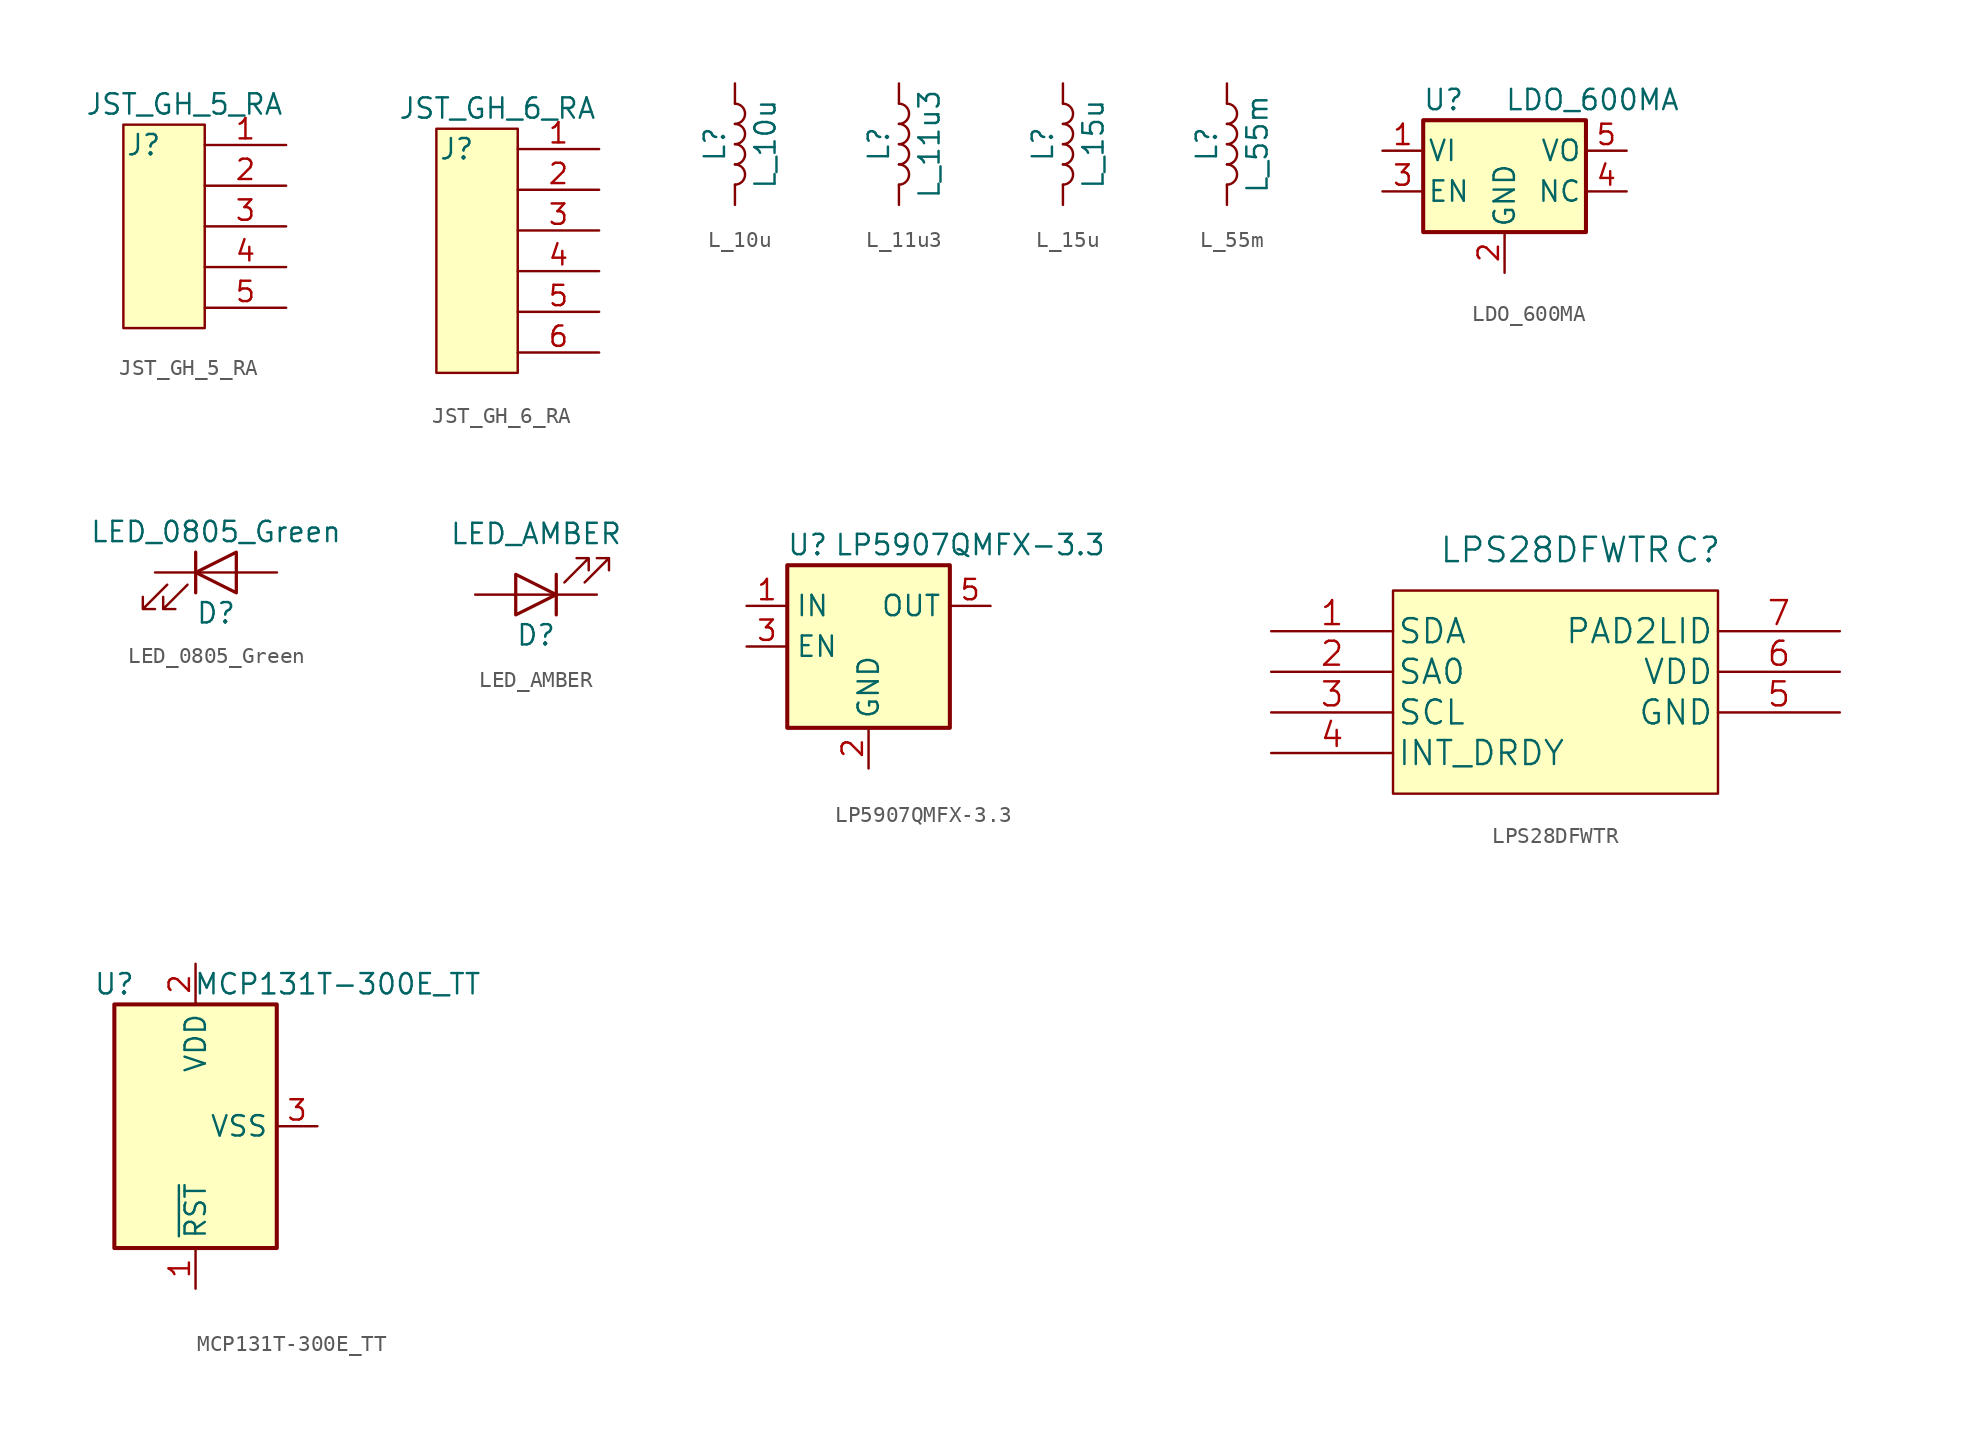
<source format=kicad_sym>
(kicad_symbol_lib
  (version 20211014)
  (generator kicad_symbol_editor)
  (symbol "JST_GH_5_RA"
    (pin_names
      (offset 1.016))
    (property "Reference" "J"
      (at -3.81 0 0)
      (effects (font (size 1.27 1.27))))
    (property "Value" "JST_GH_5_RA"
      (at -1.27 2.54 0)
      (effects (font (size 1.27 1.27))))
    (symbol "JST_GH_5_RA_0_1"
      (rectangle (start 0 1.27) (end -5.08 -11.43) (stroke (width 0) (type default) (color 0 0 0 0)) (fill (type background))))
    (symbol "JST_GH_5_RA_1_1"
      (pin input line (at 5.08 0 180) (length 5.08) (name "~" (effects (font (size 1.27 1.27)))) (number "1" (effects (font (size 1.27 1.27)))))
      (pin input line (at 5.08 -2.54 180) (length 5.08) (name "~" (effects (font (size 1.27 1.27)))) (number "2" (effects (font (size 1.27 1.27)))))
      (pin input line (at 5.08 -5.08 180) (length 5.08) (name "~" (effects (font (size 1.27 1.27)))) (number "3" (effects (font (size 1.27 1.27)))))
      (pin input line (at 5.08 -7.62 180) (length 5.08) (name "~" (effects (font (size 1.27 1.27)))) (number "4" (effects (font (size 1.27 1.27)))))
      (pin input line (at 5.08 -10.16 180) (length 5.08) (name "~" (effects (font (size 1.27 1.27)))) (number "5" (effects (font (size 1.27 1.27)))))))
  (symbol "JST_GH_6_RA"
    (pin_names
      (offset 1.016))
    (property "Reference" "J"
      (at -3.81 0 0)
      (effects (font (size 1.27 1.27))))
    (property "Value" "JST_GH_6_RA"
      (at -1.27 2.54 0)
      (effects (font (size 1.27 1.27))))
    (symbol "JST_GH_6_RA_0_1"
      (rectangle (start 0 1.27) (end -5.08 -13.97) (stroke (width 0) (type default) (color 0 0 0 0)) (fill (type background))))
    (symbol "JST_GH_6_RA_1_1"
      (pin input line (at 5.08 0 180) (length 5.08) (name "~" (effects (font (size 1.27 1.27)))) (number "1" (effects (font (size 1.27 1.27)))))
      (pin input line (at 5.08 -2.54 180) (length 5.08) (name "~" (effects (font (size 1.27 1.27)))) (number "2" (effects (font (size 1.27 1.27)))))
      (pin input line (at 5.08 -5.08 180) (length 5.08) (name "~" (effects (font (size 1.27 1.27)))) (number "3" (effects (font (size 1.27 1.27)))))
      (pin input line (at 5.08 -7.62 180) (length 5.08) (name "~" (effects (font (size 1.27 1.27)))) (number "4" (effects (font (size 1.27 1.27)))))
      (pin input line (at 5.08 -10.16 180) (length 5.08) (name "~" (effects (font (size 1.27 1.27)))) (number "5" (effects (font (size 1.27 1.27)))))
      (pin input line (at 5.08 -12.7 180) (length 5.08) (name "~" (effects (font (size 1.27 1.27)))) (number "6" (effects (font (size 1.27 1.27)))))))
  (symbol "L_10u"
    (pin_numbers hide)
    (pin_names
      (offset 1.016) hide)
    (property "Reference" "L"
      (at -1.27 0 90)
      (effects (font (size 1.27 1.27))))
    (property "Value" "L_10u"
      (at 1.905 0 90)
      (effects (font (size 1.27 1.27))))
    (symbol "L_10u_0_1"
      (arc (start 0 -2.54) (mid 0.635 -1.905) (end 0 -1.27) (stroke (width 0) (type default) (color 0 0 0 0)) (fill (type none)))
      (arc (start 0 -1.27) (mid 0.635 -0.635) (end 0 0) (stroke (width 0) (type default) (color 0 0 0 0)) (fill (type none)))
      (arc (start 0 0) (mid 0.635 0.635) (end 0 1.27) (stroke (width 0) (type default) (color 0 0 0 0)) (fill (type none)))
      (arc (start 0 1.27) (mid 0.635 1.905) (end 0 2.54) (stroke (width 0) (type default) (color 0 0 0 0)) (fill (type none))))
    (symbol "L_10u_1_1"
      (pin passive line (at 0 3.81 270) (length 1.27) (name "1" (effects (font (size 1.27 1.27)))) (number "1" (effects (font (size 1.27 1.27)))))
      (pin passive line (at 0 -3.81 90) (length 1.27) (name "2" (effects (font (size 1.27 1.27)))) (number "2" (effects (font (size 1.27 1.27)))))))
  (symbol "L_11u3"
    (pin_numbers hide)
    (pin_names
      (offset 1.016) hide)
    (property "Reference" "L"
      (at -1.27 0 90)
      (effects (font (size 1.27 1.27))))
    (property "Value" "L_11u3"
      (at 1.905 0 90)
      (effects (font (size 1.27 1.27))))
    (symbol "L_11u3_0_1"
      (arc (start 0 -2.54) (mid 0.635 -1.905) (end 0 -1.27) (stroke (width 0) (type default) (color 0 0 0 0)) (fill (type none)))
      (arc (start 0 -1.27) (mid 0.635 -0.635) (end 0 0) (stroke (width 0) (type default) (color 0 0 0 0)) (fill (type none)))
      (arc (start 0 0) (mid 0.635 0.635) (end 0 1.27) (stroke (width 0) (type default) (color 0 0 0 0)) (fill (type none)))
      (arc (start 0 1.27) (mid 0.635 1.905) (end 0 2.54) (stroke (width 0) (type default) (color 0 0 0 0)) (fill (type none))))
    (symbol "L_11u3_1_1"
      (pin passive line (at 0 3.81 270) (length 1.27) (name "1" (effects (font (size 1.27 1.27)))) (number "1" (effects (font (size 1.27 1.27)))))
      (pin passive line (at 0 -3.81 90) (length 1.27) (name "2" (effects (font (size 1.27 1.27)))) (number "2" (effects (font (size 1.27 1.27)))))))
  (symbol "L_15u"
    (pin_numbers hide)
    (pin_names
      (offset 1.016) hide)
    (property "Reference" "L"
      (at -1.27 0 90)
      (effects (font (size 1.27 1.27))))
    (property "Value" "L_15u"
      (at 1.905 0 90)
      (effects (font (size 1.27 1.27))))
    (symbol "L_15u_0_1"
      (arc (start 0 -2.54) (mid 0.635 -1.905) (end 0 -1.27) (stroke (width 0) (type default) (color 0 0 0 0)) (fill (type none)))
      (arc (start 0 -1.27) (mid 0.635 -0.635) (end 0 0) (stroke (width 0) (type default) (color 0 0 0 0)) (fill (type none)))
      (arc (start 0 0) (mid 0.635 0.635) (end 0 1.27) (stroke (width 0) (type default) (color 0 0 0 0)) (fill (type none)))
      (arc (start 0 1.27) (mid 0.635 1.905) (end 0 2.54) (stroke (width 0) (type default) (color 0 0 0 0)) (fill (type none))))
    (symbol "L_15u_1_1"
      (pin passive line (at 0 3.81 270) (length 1.27) (name "1" (effects (font (size 1.27 1.27)))) (number "1" (effects (font (size 1.27 1.27)))))
      (pin passive line (at 0 -3.81 90) (length 1.27) (name "2" (effects (font (size 1.27 1.27)))) (number "2" (effects (font (size 1.27 1.27)))))))
  (symbol "L_55m"
    (pin_numbers hide)
    (pin_names
      (offset 1.016) hide)
    (property "Reference" "L"
      (at -1.27 0 90)
      (effects (font (size 1.27 1.27))))
    (property "Value" "L_55m"
      (at 1.905 0 90)
      (effects (font (size 1.27 1.27))))
    (symbol "L_55m_0_1"
      (arc (start 0 -2.54) (mid 0.635 -1.905) (end 0 -1.27) (stroke (width 0) (type default) (color 0 0 0 0)) (fill (type none)))
      (arc (start 0 -1.27) (mid 0.635 -0.635) (end 0 0) (stroke (width 0) (type default) (color 0 0 0 0)) (fill (type none)))
      (arc (start 0 0) (mid 0.635 0.635) (end 0 1.27) (stroke (width 0) (type default) (color 0 0 0 0)) (fill (type none)))
      (arc (start 0 1.27) (mid 0.635 1.905) (end 0 2.54) (stroke (width 0) (type default) (color 0 0 0 0)) (fill (type none))))
    (symbol "L_55m_1_1"
      (pin passive line (at 0 3.81 270) (length 1.27) (name "1" (effects (font (size 1.27 1.27)))) (number "1" (effects (font (size 1.27 1.27)))))
      (pin passive line (at 0 -3.81 90) (length 1.27) (name "2" (effects (font (size 1.27 1.27)))) (number "2" (effects (font (size 1.27 1.27)))))))
  (symbol "LDO_600MA"
    (pin_names
      (offset 0.254))
    (property "Reference" "U"
      (at -3.81 3.175 0)
      (effects (font (size 1.27 1.27))))
    (property "Value" "LDO_600MA"
      (at 0 3.175 0)
      (effects (font (size 1.27 1.27)) (justify left)))
    (symbol "LDO_600MA_0_1"
      (rectangle (start -5.08 -5.08) (end 5.08 1.905) (stroke (width 0.254) (type default) (color 0 0 0 0)) (fill (type background))))
    (symbol "LDO_600MA_1_1"
      (pin power_in line (at -7.62 0 0) (length 2.54) (name "VI" (effects (font (size 1.27 1.27)))) (number "1" (effects (font (size 1.27 1.27)))))
      (pin power_in line (at 0 -7.62 90) (length 2.54) (name "GND" (effects (font (size 1.27 1.27)))) (number "2" (effects (font (size 1.27 1.27)))))
      (pin input line (at -7.62 -2.54 0) (length 2.54) (name "EN" (effects (font (size 1.27 1.27)))) (number "3" (effects (font (size 1.27 1.27)))))
      (pin passive line (at 7.62 -2.54 180) (length 2.54) (name "NC" (effects (font (size 1.27 1.27)))) (number "4" (effects (font (size 1.27 1.27)))))
      (pin power_out line (at 7.62 0 180) (length 2.54) (name "VO" (effects (font (size 1.27 1.27)))) (number "5" (effects (font (size 1.27 1.27)))))))
  (symbol "LED_0805_Green"
    (pin_numbers hide)
    (pin_names
      (offset 1.016) hide)
    (property "Reference" "D"
      (at 0 -2.54 0)
      (effects (font (size 1.27 1.27))))
    (property "Value" "LED_0805_Green"
      (at 0 2.54 0)
      (effects (font (size 1.27 1.27))))
    (symbol "LED_0805_Green_0_1"
      (polyline (pts (xy -1.27 -1.27) (xy -1.27 1.27)) (stroke (width 0.203) (type default) (color 0 0 0 0)) (fill (type none)))
      (polyline (pts (xy -1.27 0) (xy 1.27 0)) (stroke (width 0) (type default) (color 0 0 0 0)) (fill (type none)))
      (polyline (pts (xy 1.27 -1.27) (xy 1.27 1.27) (xy -1.27 0) (xy 1.27 -1.27)) (stroke (width 0.203) (type default) (color 0 0 0 0)) (fill (type none)))
      (polyline (pts (xy -3.048 -0.762) (xy -4.572 -2.286) (xy -3.81 -2.286) (xy -4.572 -2.286) (xy -4.572 -1.524)) (stroke (width 0) (type default) (color 0 0 0 0)) (fill (type none)))
      (polyline (pts (xy -1.778 -0.762) (xy -3.302 -2.286) (xy -2.54 -2.286) (xy -3.302 -2.286) (xy -3.302 -1.524)) (stroke (width 0) (type default) (color 0 0 0 0)) (fill (type none))))
    (symbol "LED_0805_Green_1_1"
      (pin passive line (at -3.81 0 0) (length 2.54) (name "K" (effects (font (size 1.27 1.27)))) (number "1" (effects (font (size 1.27 1.27)))))
      (pin passive line (at 3.81 0 180) (length 2.54) (name "A" (effects (font (size 1.27 1.27)))) (number "2" (effects (font (size 1.27 1.27)))))))
  (symbol "LED_AMBER"
    (pin_numbers hide)
    (pin_names
      (offset 1.016) hide)
    (property "Reference" "D"
      (at 0 -2.54 0)
      (effects (font (size 1.27 1.27))))
    (property "Value" "LED_AMBER"
      (at 0 3.81 0)
      (effects (font (size 1.27 1.27))))
    (symbol "LED_AMBER_0_1"
      (polyline (pts (xy 1.27 0) (xy -1.27 0)) (stroke (width 0) (type default) (color 0 0 0 0)) (fill (type none)))
      (polyline (pts (xy 1.27 1.27) (xy 1.27 -1.27)) (stroke (width 0.203) (type default) (color 0 0 0 0)) (fill (type none)))
      (polyline (pts (xy -1.27 1.27) (xy -1.27 -1.27) (xy 1.27 0) (xy -1.27 1.27)) (stroke (width 0.203) (type default) (color 0 0 0 0)) (fill (type none)))
      (polyline (pts (xy 1.778 0.762) (xy 3.302 2.286) (xy 2.54 2.286) (xy 3.302 2.286) (xy 3.302 1.524)) (stroke (width 0) (type default) (color 0 0 0 0)) (fill (type none)))
      (polyline (pts (xy 3.048 0.762) (xy 4.572 2.286) (xy 3.81 2.286) (xy 4.572 2.286) (xy 4.572 1.524)) (stroke (width 0) (type default) (color 0 0 0 0)) (fill (type none))))
    (symbol "LED_AMBER_1_1"
      (pin passive line (at 3.81 0 180) (length 2.54) (name "K" (effects (font (size 1.27 1.27)))) (number "1" (effects (font (size 1.27 1.27)))))
      (pin passive line (at -3.81 0 0) (length 2.54) (name "A" (effects (font (size 1.27 1.27)))) (number "2" (effects (font (size 1.27 1.27)))))))
  (symbol "LP5907QMFX-3.3"
    (property "Reference" "U"
      (at -3.81 6.35 0)
      (effects (font (size 1.27 1.27))))
    (property "Value" "LP5907QMFX-3.3"
      (at 6.35 6.35 0)
      (effects (font (size 1.27 1.27))))
    (symbol "LP5907QMFX-3.3_0_1"
      (rectangle (start -5.08 -5.08) (end 5.08 5.08) (stroke (width 0.254) (type default) (color 0 0 0 0)) (fill (type background)))
      (pin power_in line (at -7.62 2.54 0) (length 2.54) (name "IN" (effects (font (size 1.27 1.27)))) (number "1" (effects (font (size 1.27 1.27)))))
      (pin power_in line (at 0 -7.62 90) (length 2.54) (name "GND" (effects (font (size 1.27 1.27)))) (number "2" (effects (font (size 1.27 1.27)))))
      (pin input line (at -7.62 0 0) (length 2.54) (name "EN" (effects (font (size 1.27 1.27)))) (number "3" (effects (font (size 1.27 1.27)))))
      (pin no_connect line (at 5.08 0 180) (length 2.54) hide (name "NC" (effects (font (size 1.27 1.27)))) (number "4" (effects (font (size 1.27 1.27)))))
      (pin power_out line (at 7.62 2.54 180) (length 2.54) (name "OUT" (effects (font (size 1.27 1.27)))) (number "5" (effects (font (size 1.27 1.27)))))))
  (symbol "LPS28DFWTR"
    (pin_names
      (offset 0.254))
    (property "Reference" "C"
      (at 26.67 5.08 0)
      (effects (font (size 1.524 1.524))))
    (property "Value" "LPS28DFWTR"
      (at 17.78 5.08 0)
      (effects (font (size 1.524 1.524))))
    (property "Datasheet" ""
      (at 0 0 0)
      (effects (font (size 1.524 1.524))))
    (property "ki_locked" ""
      (at 0 0 0)
      (effects (font (size 1.27 1.27))))
    (symbol "LPS28DFWTR_1_1"
      (rectangle (start 7.62 2.54) (end 27.94 -10.16) (stroke (width 0) (type default) (color 0 0 0 0)) (fill (type background)))
      (pin bidirectional line (at 0 0 0) (length 7.62) (name "SDA" (effects (font (size 1.499 1.499)))) (number "1" (effects (font (size 1.499 1.499)))))
      (pin bidirectional line (at 0 -2.54 0) (length 7.62) (name "SA0" (effects (font (size 1.499 1.499)))) (number "2" (effects (font (size 1.499 1.499)))))
      (pin bidirectional line (at 0 -5.08 0) (length 7.62) (name "SCL" (effects (font (size 1.499 1.499)))) (number "3" (effects (font (size 1.499 1.499)))))
      (pin input line (at 0 -7.62 0) (length 7.62) (name "INT_DRDY" (effects (font (size 1.499 1.499)))) (number "4" (effects (font (size 1.499 1.499)))))
      (pin power_in line (at 35.56 -5.08 180) (length 7.62) (name "GND" (effects (font (size 1.499 1.499)))) (number "5" (effects (font (size 1.499 1.499)))))
      (pin power_in line (at 35.56 -2.54 180) (length 7.62) (name "VDD" (effects (font (size 1.499 1.499)))) (number "6" (effects (font (size 1.499 1.499)))))
      (pin bidirectional line (at 35.56 0 180) (length 7.62) (name "PAD2LID" (effects (font (size 1.499 1.499)))) (number "7" (effects (font (size 1.499 1.499)))))))
  (symbol "MCP131T-300E_TT"
    (property "Reference" "U"
      (at -5.08 8.89 0)
      (effects (font (size 1.27 1.27))))
    (property "Value" "MCP131T-300E_TT"
      (at 8.89 8.89 0)
      (effects (font (size 1.27 1.27))))
    (symbol "MCP131T-300E_TT_0_1"
      (rectangle (start 5.08 7.62) (end -5.08 -7.62) (stroke (width 0.254) (type default) (color 0 0 0 0)) (fill (type background))))
    (symbol "MCP131T-300E_TT_1_1"
      (pin bidirectional line (at 0 -10.16 90) (length 2.54) (name "~{RST}" (effects (font (size 1.27 1.27)))) (number "1" (effects (font (size 1.27 1.27)))))
      (pin bidirectional line (at 0 10.16 270) (length 2.54) (name "VDD" (effects (font (size 1.27 1.27)))) (number "2" (effects (font (size 1.27 1.27)))))
      (pin bidirectional line (at 7.62 0 180) (length 2.54) (name "VSS" (effects (font (size 1.27 1.27)))) (number "3" (effects (font (size 1.27 1.27))))))))
</source>
